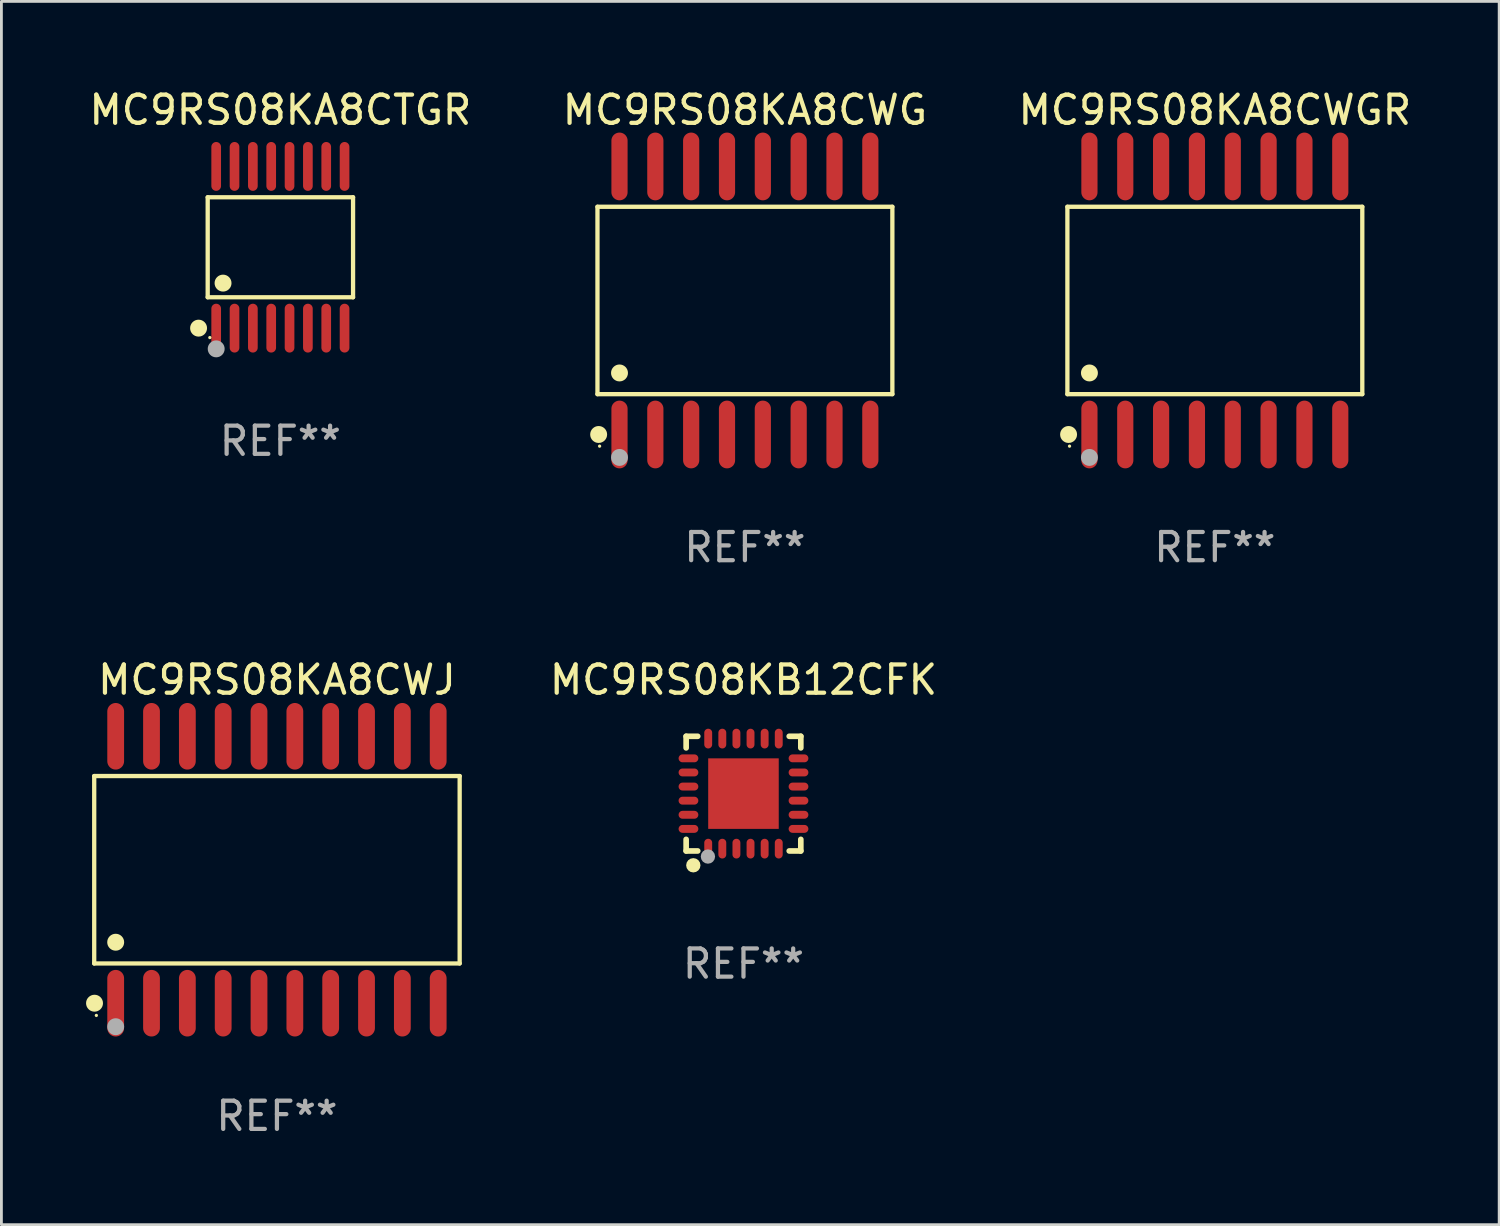
<source format=kicad_pcb>
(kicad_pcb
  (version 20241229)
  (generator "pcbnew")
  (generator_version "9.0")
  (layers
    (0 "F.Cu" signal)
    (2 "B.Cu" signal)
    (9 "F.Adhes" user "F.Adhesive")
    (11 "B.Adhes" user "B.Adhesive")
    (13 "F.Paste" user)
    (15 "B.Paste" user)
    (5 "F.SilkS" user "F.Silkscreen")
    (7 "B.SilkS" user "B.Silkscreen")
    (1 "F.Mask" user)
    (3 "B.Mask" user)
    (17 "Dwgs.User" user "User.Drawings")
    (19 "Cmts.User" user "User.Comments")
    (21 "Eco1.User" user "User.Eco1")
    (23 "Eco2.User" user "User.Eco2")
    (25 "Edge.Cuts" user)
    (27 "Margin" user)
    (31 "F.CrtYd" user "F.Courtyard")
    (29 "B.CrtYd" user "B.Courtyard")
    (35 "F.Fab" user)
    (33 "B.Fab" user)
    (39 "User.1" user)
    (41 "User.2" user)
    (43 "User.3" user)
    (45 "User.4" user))
  (footprint "MC9RS08KA8CWG"
    (layer "F.Cu")
    (at 23.351 7.599)
    (property "Reference" "MC9RS08KA8CWG" (at 0 -6.75 0) (layer "F.SilkS") (effects (font (size 1 1) (thickness 0.15))))
    (attr through_hole)
    (fp_line (start -5.226 -3.321) (end 5.226 -3.321) (stroke (width 0.152) (type solid)) (layer "F.SilkS"))
    (fp_line (start -5.226 3.321) (end -5.226 -3.321) (stroke (width 0.152) (type solid)) (layer "F.SilkS"))
    (fp_line (start 5.226 -3.321) (end 5.226 3.321) (stroke (width 0.152) (type solid)) (layer "F.SilkS"))
    (fp_line (start 5.226 3.321) (end -5.226 3.321) (stroke (width 0.152) (type solid)) (layer "F.SilkS"))
    (fp_circle (center -5.184 4.75) (end -5.034 4.75) (stroke (width 0.3) (type solid)) (fill no) (layer "F.SilkS"))
    (fp_circle (center -5.15 5.163) (end -5.12 5.163) (stroke (width 0.06) (type solid)) (fill no) (layer "F.SilkS"))
    (fp_circle (center -4.445 2.569) (end -4.295 2.569) (stroke (width 0.3) (type solid)) (fill no) (layer "F.SilkS"))
    (fp_circle (center -4.445 5.563) (end -4.295 5.563) (stroke (width 0.3) (type solid)) (fill no) (layer "F.Fab"))
    (fp_text user "REF**" (at 0 8.75 0) (layer "F.Fab") (effects (font (size 1 1) (thickness 0.15))))
    (pad "1" smd oval (at -4.445 4.75) (size 0.574 2.401) (layers "F.Cu" "F.Mask" "F.Paste"))
    (pad "2" smd oval (at -3.175 4.75) (size 0.574 2.401) (layers "F.Cu" "F.Mask" "F.Paste"))
    (pad "3" smd oval (at -1.905 4.75) (size 0.574 2.401) (layers "F.Cu" "F.Mask" "F.Paste"))
    (pad "4" smd oval (at -0.635 4.75) (size 0.574 2.401) (layers "F.Cu" "F.Mask" "F.Paste"))
    (pad "5" smd oval (at 0.635 4.75) (size 0.574 2.401) (layers "F.Cu" "F.Mask" "F.Paste"))
    (pad "6" smd oval (at 1.905 4.75) (size 0.574 2.401) (layers "F.Cu" "F.Mask" "F.Paste"))
    (pad "7" smd oval (at 3.175 4.75) (size 0.574 2.401) (layers "F.Cu" "F.Mask" "F.Paste"))
    (pad "8" smd oval (at 4.445 4.75) (size 0.574 2.401) (layers "F.Cu" "F.Mask" "F.Paste"))
    (pad "9" smd oval (at 4.445 -4.75) (size 0.574 2.401) (layers "F.Cu" "F.Mask" "F.Paste"))
    (pad "10" smd oval (at 3.175 -4.75) (size 0.574 2.401) (layers "F.Cu" "F.Mask" "F.Paste"))
    (pad "11" smd oval (at 1.905 -4.75) (size 0.574 2.401) (layers "F.Cu" "F.Mask" "F.Paste"))
    (pad "12" smd oval (at 0.635 -4.75) (size 0.574 2.401) (layers "F.Cu" "F.Mask" "F.Paste"))
    (pad "13" smd oval (at -0.635 -4.75) (size 0.574 2.401) (layers "F.Cu" "F.Mask" "F.Paste"))
    (pad "14" smd oval (at -1.905 -4.75) (size 0.574 2.401) (layers "F.Cu" "F.Mask" "F.Paste"))
    (pad "15" smd oval (at -3.175 -4.75) (size 0.574 2.401) (layers "F.Cu" "F.Mask" "F.Paste"))
    (pad "16" smd oval (at -4.445 -4.75) (size 0.574 2.401) (layers "F.Cu" "F.Mask" "F.Paste")))
  (footprint "MC9RS08KB12CFK"
    (layer "F.Cu")
    (at 23.3 25.077)
    (property "Reference" "MC9RS08KB12CFK" (at 0 -4.032 0) (layer "F.SilkS") (effects (font (size 1 1) (thickness 0.15))))
    (attr through_hole)
    (fp_line (start -2.032 -2.032) (end -1.621 -2.032) (stroke (width 0.2) (type solid)) (layer "F.SilkS"))
    (fp_line (start -2.032 -1.621) (end -2.032 -2.032) (stroke (width 0.2) (type solid)) (layer "F.SilkS"))
    (fp_line (start -2.032 2.032) (end -2.032 1.621) (stroke (width 0.2) (type solid)) (layer "F.SilkS"))
    (fp_line (start -1.621 2.032) (end -2.032 2.032) (stroke (width 0.2) (type solid)) (layer "F.SilkS"))
    (fp_line (start 1.621 -2.032) (end 2.032 -2.032) (stroke (width 0.2) (type solid)) (layer "F.SilkS"))
    (fp_line (start 2.032 -2.032) (end 2.032 -1.621) (stroke (width 0.2) (type solid)) (layer "F.SilkS"))
    (fp_line (start 2.032 1.621) (end 2.032 2.032) (stroke (width 0.2) (type solid)) (layer "F.SilkS"))
    (fp_line (start 2.032 2.032) (end 1.621 2.032) (stroke (width 0.2) (type solid)) (layer "F.SilkS"))
    (fp_circle (center -2 2) (end -1.97 2) (stroke (width 0.06) (type solid)) (fill no) (layer "F.SilkS"))
    (fp_circle (center -1.778 2.54) (end -1.651 2.54) (stroke (width 0.254) (type solid)) (fill no) (layer "F.SilkS"))
    (fp_circle (center -1.26 2.23) (end -1.133 2.23) (stroke (width 0.254) (type solid)) (fill no) (layer "F.Fab"))
    (fp_text user "REF**" (at 0 6.032 0) (layer "F.Fab") (effects (font (size 1 1) (thickness 0.15))))
    (pad "1" smd oval (at -1.25 1.95 180) (size 0.28 0.7) (layers "F.Cu" "F.Mask" "F.Paste"))
    (pad "2" smd oval (at -0.75 1.95 180) (size 0.28 0.7) (layers "F.Cu" "F.Mask" "F.Paste"))
    (pad "3" smd oval (at -0.25 1.95 180) (size 0.28 0.7) (layers "F.Cu" "F.Mask" "F.Paste"))
    (pad "4" smd oval (at 0.25 1.95 180) (size 0.28 0.7) (layers "F.Cu" "F.Mask" "F.Paste"))
    (pad "5" smd oval (at 0.75 1.95 180) (size 0.28 0.7) (layers "F.Cu" "F.Mask" "F.Paste"))
    (pad "6" smd oval (at 1.25 1.95 180) (size 0.28 0.7) (layers "F.Cu" "F.Mask" "F.Paste"))
    (pad "7" smd oval (at 1.95 1.25 270) (size 0.28 0.7) (layers "F.Cu" "F.Mask" "F.Paste"))
    (pad "8" smd oval (at 1.95 0.75 270) (size 0.28 0.7) (layers "F.Cu" "F.Mask" "F.Paste"))
    (pad "9" smd oval (at 1.95 0.25 270) (size 0.28 0.7) (layers "F.Cu" "F.Mask" "F.Paste"))
    (pad "10" smd oval (at 1.95 -0.25 270) (size 0.28 0.7) (layers "F.Cu" "F.Mask" "F.Paste"))
    (pad "11" smd oval (at 1.95 -0.75 270) (size 0.28 0.7) (layers "F.Cu" "F.Mask" "F.Paste"))
    (pad "12" smd oval (at 1.95 -1.25 270) (size 0.28 0.7) (layers "F.Cu" "F.Mask" "F.Paste"))
    (pad "13" smd oval (at 1.25 -1.95) (size 0.28 0.7) (layers "F.Cu" "F.Mask" "F.Paste"))
    (pad "14" smd oval (at 0.75 -1.95) (size 0.28 0.7) (layers "F.Cu" "F.Mask" "F.Paste"))
    (pad "15" smd oval (at 0.25 -1.95) (size 0.28 0.7) (layers "F.Cu" "F.Mask" "F.Paste"))
    (pad "16" smd oval (at -0.25 -1.95) (size 0.28 0.7) (layers "F.Cu" "F.Mask" "F.Paste"))
    (pad "17" smd oval (at -0.75 -1.95) (size 0.28 0.7) (layers "F.Cu" "F.Mask" "F.Paste"))
    (pad "18" smd oval (at -1.25 -1.95) (size 0.28 0.7) (layers "F.Cu" "F.Mask" "F.Paste"))
    (pad "19" smd oval (at -1.95 -1.25 90) (size 0.28 0.7) (layers "F.Cu" "F.Mask" "F.Paste"))
    (pad "20" smd oval (at -1.95 -0.75 90) (size 0.28 0.7) (layers "F.Cu" "F.Mask" "F.Paste"))
    (pad "21" smd oval (at -1.95 -0.25 90) (size 0.28 0.7) (layers "F.Cu" "F.Mask" "F.Paste"))
    (pad "22" smd oval (at -1.95 0.25 90) (size 0.28 0.7) (layers "F.Cu" "F.Mask" "F.Paste"))
    (pad "23" smd oval (at -1.95 0.75 90) (size 0.28 0.7) (layers "F.Cu" "F.Mask" "F.Paste"))
    (pad "24" smd oval (at -1.95 1.25 90) (size 0.28 0.7) (layers "F.Cu" "F.Mask" "F.Paste"))
    (pad "25" smd rect (at -0.000178 0.000025 90) (size 2.5 2.5) (layers "F.Cu" "F.Mask" "F.Paste")))
  (footprint "MC9RS08KA8CWGR"
    (layer "F.Cu")
    (at 40.006 7.599)
    (property "Reference" "MC9RS08KA8CWGR" (at 0 -6.75 0) (layer "F.SilkS") (effects (font (size 1 1) (thickness 0.15))))
    (attr through_hole)
    (fp_line (start -5.226 -3.321) (end 5.226 -3.321) (stroke (width 0.152) (type solid)) (layer "F.SilkS"))
    (fp_line (start -5.226 3.321) (end -5.226 -3.321) (stroke (width 0.152) (type solid)) (layer "F.SilkS"))
    (fp_line (start 5.226 -3.321) (end 5.226 3.321) (stroke (width 0.152) (type solid)) (layer "F.SilkS"))
    (fp_line (start 5.226 3.321) (end -5.226 3.321) (stroke (width 0.152) (type solid)) (layer "F.SilkS"))
    (fp_circle (center -5.184 4.75) (end -5.034 4.75) (stroke (width 0.3) (type solid)) (fill no) (layer "F.SilkS"))
    (fp_circle (center -5.15 5.163) (end -5.12 5.163) (stroke (width 0.06) (type solid)) (fill no) (layer "F.SilkS"))
    (fp_circle (center -4.445 2.569) (end -4.295 2.569) (stroke (width 0.3) (type solid)) (fill no) (layer "F.SilkS"))
    (fp_circle (center -4.445 5.563) (end -4.295 5.563) (stroke (width 0.3) (type solid)) (fill no) (layer "F.Fab"))
    (fp_text user "REF**" (at 0 8.75 0) (layer "F.Fab") (effects (font (size 1 1) (thickness 0.15))))
    (pad "1" smd oval (at -4.445 4.75) (size 0.574 2.401) (layers "F.Cu" "F.Mask" "F.Paste"))
    (pad "2" smd oval (at -3.175 4.75) (size 0.574 2.401) (layers "F.Cu" "F.Mask" "F.Paste"))
    (pad "3" smd oval (at -1.905 4.75) (size 0.574 2.401) (layers "F.Cu" "F.Mask" "F.Paste"))
    (pad "4" smd oval (at -0.635 4.75) (size 0.574 2.401) (layers "F.Cu" "F.Mask" "F.Paste"))
    (pad "5" smd oval (at 0.635 4.75) (size 0.574 2.401) (layers "F.Cu" "F.Mask" "F.Paste"))
    (pad "6" smd oval (at 1.905 4.75) (size 0.574 2.401) (layers "F.Cu" "F.Mask" "F.Paste"))
    (pad "7" smd oval (at 3.175 4.75) (size 0.574 2.401) (layers "F.Cu" "F.Mask" "F.Paste"))
    (pad "8" smd oval (at 4.445 4.75) (size 0.574 2.401) (layers "F.Cu" "F.Mask" "F.Paste"))
    (pad "9" smd oval (at 4.445 -4.75) (size 0.574 2.401) (layers "F.Cu" "F.Mask" "F.Paste"))
    (pad "10" smd oval (at 3.175 -4.75) (size 0.574 2.401) (layers "F.Cu" "F.Mask" "F.Paste"))
    (pad "11" smd oval (at 1.905 -4.75) (size 0.574 2.401) (layers "F.Cu" "F.Mask" "F.Paste"))
    (pad "12" smd oval (at 0.635 -4.75) (size 0.574 2.401) (layers "F.Cu" "F.Mask" "F.Paste"))
    (pad "13" smd oval (at -0.635 -4.75) (size 0.574 2.401) (layers "F.Cu" "F.Mask" "F.Paste"))
    (pad "14" smd oval (at -1.905 -4.75) (size 0.574 2.401) (layers "F.Cu" "F.Mask" "F.Paste"))
    (pad "15" smd oval (at -3.175 -4.75) (size 0.574 2.401) (layers "F.Cu" "F.Mask" "F.Paste"))
    (pad "16" smd oval (at -4.445 -4.75) (size 0.574 2.401) (layers "F.Cu" "F.Mask" "F.Paste")))
  (footprint "MC9RS08KA8CWJ"
    (layer "F.Cu")
    (at 6.765 27.775)
    (property "Reference" "MC9RS08KA8CWJ" (at 0 -6.73 0) (layer "F.SilkS") (effects (font (size 1 1) (thickness 0.15))))
    (attr through_hole)
    (fp_line (start -6.476 -3.321) (end 6.476 -3.321) (stroke (width 0.152) (type solid)) (layer "F.SilkS"))
    (fp_line (start -6.476 3.321) (end -6.476 -3.321) (stroke (width 0.152) (type solid)) (layer "F.SilkS"))
    (fp_line (start 6.476 -3.321) (end 6.476 3.321) (stroke (width 0.152) (type solid)) (layer "F.SilkS"))
    (fp_line (start 6.476 3.321) (end -6.476 3.321) (stroke (width 0.152) (type solid)) (layer "F.SilkS"))
    (fp_circle (center -6.465 4.73) (end -6.315 4.73) (stroke (width 0.3) (type solid)) (fill no) (layer "F.SilkS"))
    (fp_circle (center -6.4 5.163) (end -6.37 5.163) (stroke (width 0.06) (type solid)) (fill no) (layer "F.SilkS"))
    (fp_circle (center -5.715 2.569) (end -5.565 2.569) (stroke (width 0.3) (type solid)) (fill no) (layer "F.SilkS"))
    (fp_circle (center -5.715 5.563) (end -5.565 5.563) (stroke (width 0.3) (type solid)) (fill no) (layer "F.Fab"))
    (fp_text user "REF**" (at 0 8.73 0) (layer "F.Fab") (effects (font (size 1 1) (thickness 0.15))))
    (pad "1" smd oval (at -5.715 4.73) (size 0.595 2.36) (layers "F.Cu" "F.Mask" "F.Paste"))
    (pad "2" smd oval (at -4.445 4.73) (size 0.595 2.36) (layers "F.Cu" "F.Mask" "F.Paste"))
    (pad "3" smd oval (at -3.175 4.73) (size 0.595 2.36) (layers "F.Cu" "F.Mask" "F.Paste"))
    (pad "4" smd oval (at -1.905 4.73) (size 0.595 2.36) (layers "F.Cu" "F.Mask" "F.Paste"))
    (pad "5" smd oval (at -0.635 4.73) (size 0.595 2.36) (layers "F.Cu" "F.Mask" "F.Paste"))
    (pad "6" smd oval (at 0.635 4.73) (size 0.595 2.36) (layers "F.Cu" "F.Mask" "F.Paste"))
    (pad "7" smd oval (at 1.905 4.73) (size 0.595 2.36) (layers "F.Cu" "F.Mask" "F.Paste"))
    (pad "8" smd oval (at 3.175 4.73) (size 0.595 2.36) (layers "F.Cu" "F.Mask" "F.Paste"))
    (pad "9" smd oval (at 4.445 4.73) (size 0.595 2.36) (layers "F.Cu" "F.Mask" "F.Paste"))
    (pad "10" smd oval (at 5.715 4.73) (size 0.595 2.36) (layers "F.Cu" "F.Mask" "F.Paste"))
    (pad "11" smd oval (at 5.715 -4.73) (size 0.595 2.36) (layers "F.Cu" "F.Mask" "F.Paste"))
    (pad "12" smd oval (at 4.445 -4.73) (size 0.595 2.36) (layers "F.Cu" "F.Mask" "F.Paste"))
    (pad "13" smd oval (at 3.175 -4.73) (size 0.595 2.36) (layers "F.Cu" "F.Mask" "F.Paste"))
    (pad "14" smd oval (at 1.905 -4.73) (size 0.595 2.36) (layers "F.Cu" "F.Mask" "F.Paste"))
    (pad "15" smd oval (at 0.635 -4.73) (size 0.595 2.36) (layers "F.Cu" "F.Mask" "F.Paste"))
    (pad "16" smd oval (at -0.635 -4.73) (size 0.595 2.36) (layers "F.Cu" "F.Mask" "F.Paste"))
    (pad "17" smd oval (at -1.905 -4.73) (size 0.595 2.36) (layers "F.Cu" "F.Mask" "F.Paste"))
    (pad "18" smd oval (at -3.175 -4.73) (size 0.595 2.36) (layers "F.Cu" "F.Mask" "F.Paste"))
    (pad "19" smd oval (at -4.445 -4.73) (size 0.595 2.36) (layers "F.Cu" "F.Mask" "F.Paste"))
    (pad "20" smd oval (at -5.715 -4.73) (size 0.595 2.36) (layers "F.Cu" "F.Mask" "F.Paste")))
  (footprint "MC9RS08KA8CTGR"
    (layer "F.Cu")
    (at 6.887 5.714)
    (property "Reference" "MC9RS08KA8CTGR" (at 0 -4.866 0) (layer "F.SilkS") (effects (font (size 1 1) (thickness 0.15))))
    (attr through_hole)
    (fp_line (start -2.576 -1.772) (end 2.576 -1.772) (stroke (width 0.152) (type solid)) (layer "F.SilkS"))
    (fp_line (start -2.576 1.771) (end -2.576 -1.772) (stroke (width 0.152) (type solid)) (layer "F.SilkS"))
    (fp_line (start 2.576 -1.772) (end 2.576 1.771) (stroke (width 0.152) (type solid)) (layer "F.SilkS"))
    (fp_line (start 2.576 1.771) (end -2.576 1.771) (stroke (width 0.152) (type solid)) (layer "F.SilkS"))
    (fp_circle (center -2.899 2.866) (end -2.749 2.866) (stroke (width 0.3) (type solid)) (fill no) (layer "F.SilkS"))
    (fp_circle (center -2.5 3.2) (end -2.47 3.2) (stroke (width 0.06) (type solid)) (fill no) (layer "F.SilkS"))
    (fp_circle (center -2.032 1.27) (end -1.882 1.27) (stroke (width 0.3) (type solid)) (fill no) (layer "F.SilkS"))
    (fp_circle (center -2.275 3.6) (end -2.125 3.6) (stroke (width 0.3) (type solid)) (fill no) (layer "F.Fab"))
    (fp_text user "REF**" (at 0 6.866 0) (layer "F.Fab") (effects (font (size 1 1) (thickness 0.15))))
    (pad "1" smd oval (at -2.275 2.866) (size 0.343 1.731) (layers "F.Cu" "F.Mask" "F.Paste"))
    (pad "2" smd oval (at -1.625 2.866) (size 0.343 1.731) (layers "F.Cu" "F.Mask" "F.Paste"))
    (pad "3" smd oval (at -0.975 2.866) (size 0.343 1.731) (layers "F.Cu" "F.Mask" "F.Paste"))
    (pad "4" smd oval (at -0.325 2.866) (size 0.343 1.731) (layers "F.Cu" "F.Mask" "F.Paste"))
    (pad "5" smd oval (at 0.325 2.866) (size 0.343 1.731) (layers "F.Cu" "F.Mask" "F.Paste"))
    (pad "6" smd oval (at 0.975 2.866) (size 0.343 1.731) (layers "F.Cu" "F.Mask" "F.Paste"))
    (pad "7" smd oval (at 1.625 2.866) (size 0.343 1.731) (layers "F.Cu" "F.Mask" "F.Paste"))
    (pad "8" smd oval (at 2.275 2.866) (size 0.343 1.731) (layers "F.Cu" "F.Mask" "F.Paste"))
    (pad "9" smd oval (at 2.275 -2.866) (size 0.343 1.731) (layers "F.Cu" "F.Mask" "F.Paste"))
    (pad "10" smd oval (at 1.625 -2.866) (size 0.343 1.731) (layers "F.Cu" "F.Mask" "F.Paste"))
    (pad "11" smd oval (at 0.975 -2.866) (size 0.343 1.731) (layers "F.Cu" "F.Mask" "F.Paste"))
    (pad "12" smd oval (at 0.325 -2.866) (size 0.343 1.731) (layers "F.Cu" "F.Mask" "F.Paste"))
    (pad "13" smd oval (at -0.325 -2.866) (size 0.343 1.731) (layers "F.Cu" "F.Mask" "F.Paste"))
    (pad "14" smd oval (at -0.975 -2.866) (size 0.343 1.731) (layers "F.Cu" "F.Mask" "F.Paste"))
    (pad "15" smd oval (at -1.625 -2.866) (size 0.343 1.731) (layers "F.Cu" "F.Mask" "F.Paste"))
    (pad "16" smd oval (at -2.275 -2.866) (size 0.343 1.731) (layers "F.Cu" "F.Mask" "F.Paste")))
  (gr_rect
    (start -3 -3)
    (end 50.083 40.354)
    (stroke (width 0.1) (type default))
    (fill no)
    (layer "Edge.Cuts")))
</source>
